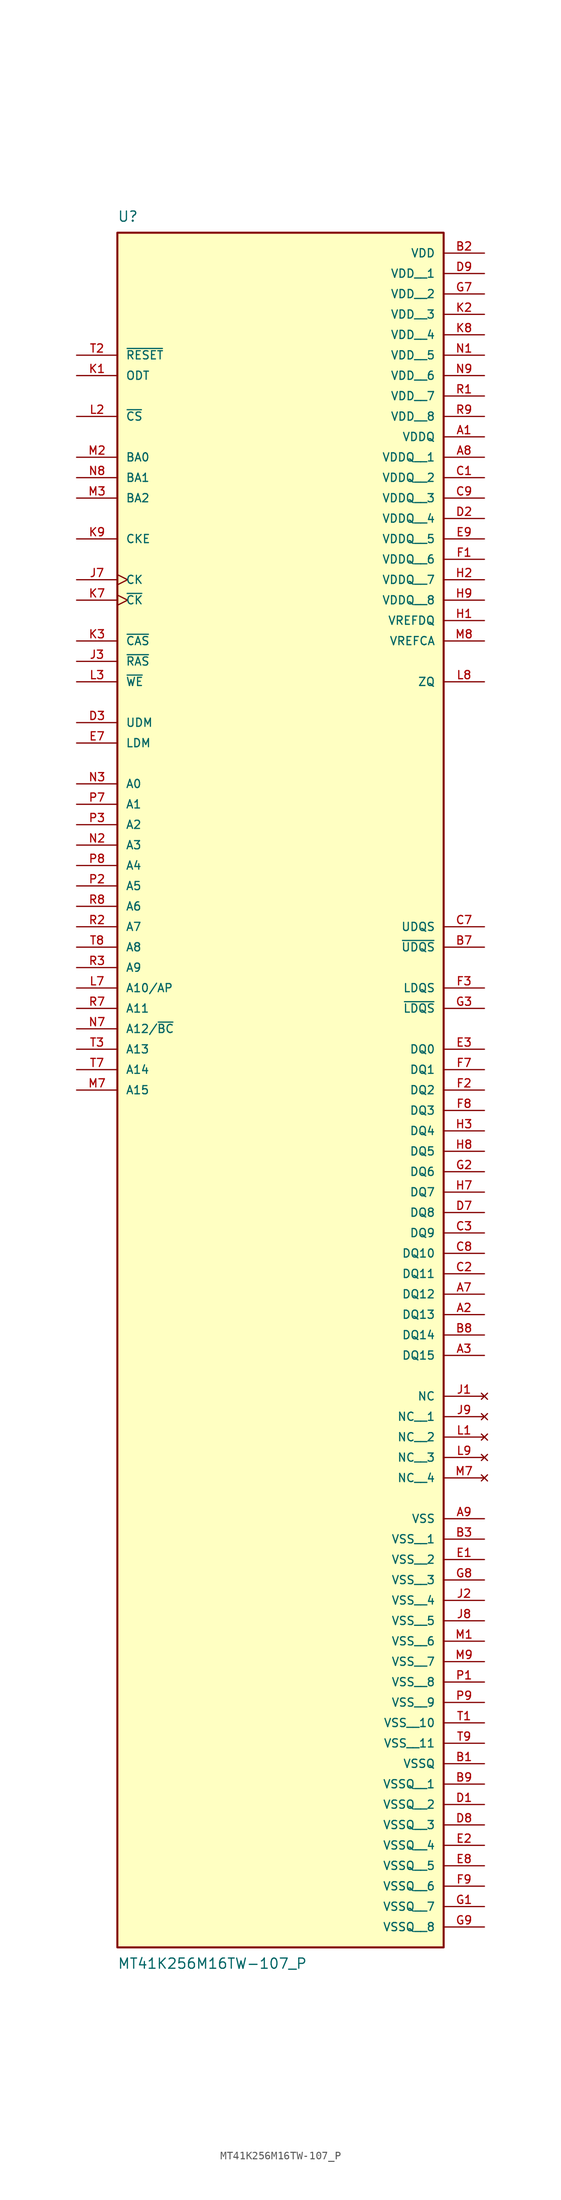
<source format=kicad_sym>
(kicad_symbol_lib
  (version 20241209)
  (generator "kicad_symbol_editor")
  (generator_version "9.0")
  (symbol "MT41K256M16TW-107_P"
    (pin_names
      (offset 1.016))
    (property "Reference" "U"
      (at -20.32 57.15 0)
      (effects (font (size 1.27 1.27)) (justify left bottom)))
    (property "Value" "MT41K256M16TW-107_P"
      (at -20.32 -158.75 0)
      (effects (font (size 1.27 1.27)) (justify left top)))
    (symbol "MT41K256M16TW-107_P_0_0"
      (rectangle (start -20.32 -157.48) (end 20.32 55.88) (stroke (width 0.254) (type default)) (fill (type background)))
      (pin input line (at -25.4 40.64 0) (length 5.08) (name "~{RESET}" (effects (font (size 1.016 1.016)))) (number "T2" (effects (font (size 1.016 1.016)))))
      (pin input line (at -25.4 38.1 0) (length 5.08) (name "ODT" (effects (font (size 1.016 1.016)))) (number "K1" (effects (font (size 1.016 1.016)))))
      (pin input line (at -25.4 33.02 0) (length 5.08) (name "~{CS}" (effects (font (size 1.016 1.016)))) (number "L2" (effects (font (size 1.016 1.016)))))
      (pin input line (at -25.4 27.94 0) (length 5.08) (name "BA0" (effects (font (size 1.016 1.016)))) (number "M2" (effects (font (size 1.016 1.016)))))
      (pin input line (at -25.4 25.4 0) (length 5.08) (name "BA1" (effects (font (size 1.016 1.016)))) (number "N8" (effects (font (size 1.016 1.016)))))
      (pin input line (at -25.4 22.86 0) (length 5.08) (name "BA2" (effects (font (size 1.016 1.016)))) (number "M3" (effects (font (size 1.016 1.016)))))
      (pin input line (at -25.4 17.78 0) (length 5.08) (name "CKE" (effects (font (size 1.016 1.016)))) (number "K9" (effects (font (size 1.016 1.016)))))
      (pin input clock (at -25.4 12.7 0) (length 5.08) (name "CK" (effects (font (size 1.016 1.016)))) (number "J7" (effects (font (size 1.016 1.016)))))
      (pin input clock (at -25.4 10.16 0) (length 5.08) (name "~{CK}" (effects (font (size 1.016 1.016)))) (number "K7" (effects (font (size 1.016 1.016)))))
      (pin input line (at -25.4 5.08 0) (length 5.08) (name "~{CAS}" (effects (font (size 1.016 1.016)))) (number "K3" (effects (font (size 1.016 1.016)))))
      (pin input line (at -25.4 2.54 0) (length 5.08) (name "~{RAS}" (effects (font (size 1.016 1.016)))) (number "J3" (effects (font (size 1.016 1.016)))))
      (pin input line (at -25.4 0 0) (length 5.08) (name "~{WE}" (effects (font (size 1.016 1.016)))) (number "L3" (effects (font (size 1.016 1.016)))))
      (pin input line (at -25.4 -5.08 0) (length 5.08) (name "UDM" (effects (font (size 1.016 1.016)))) (number "D3" (effects (font (size 1.016 1.016)))))
      (pin input line (at -25.4 -7.62 0) (length 5.08) (name "LDM" (effects (font (size 1.016 1.016)))) (number "E7" (effects (font (size 1.016 1.016)))))
      (pin input line (at -25.4 -12.7 0) (length 5.08) (name "A0" (effects (font (size 1.016 1.016)))) (number "N3" (effects (font (size 1.016 1.016)))))
      (pin input line (at -25.4 -15.24 0) (length 5.08) (name "A1" (effects (font (size 1.016 1.016)))) (number "P7" (effects (font (size 1.016 1.016)))))
      (pin input line (at -25.4 -17.78 0) (length 5.08) (name "A2" (effects (font (size 1.016 1.016)))) (number "P3" (effects (font (size 1.016 1.016)))))
      (pin input line (at -25.4 -20.32 0) (length 5.08) (name "A3" (effects (font (size 1.016 1.016)))) (number "N2" (effects (font (size 1.016 1.016)))))
      (pin input line (at -25.4 -22.86 0) (length 5.08) (name "A4" (effects (font (size 1.016 1.016)))) (number "P8" (effects (font (size 1.016 1.016)))))
      (pin input line (at -25.4 -25.4 0) (length 5.08) (name "A5" (effects (font (size 1.016 1.016)))) (number "P2" (effects (font (size 1.016 1.016)))))
      (pin input line (at -25.4 -27.94 0) (length 5.08) (name "A6" (effects (font (size 1.016 1.016)))) (number "R8" (effects (font (size 1.016 1.016)))))
      (pin input line (at -25.4 -30.48 0) (length 5.08) (name "A7" (effects (font (size 1.016 1.016)))) (number "R2" (effects (font (size 1.016 1.016)))))
      (pin input line (at -25.4 -33.02 0) (length 5.08) (name "A8" (effects (font (size 1.016 1.016)))) (number "T8" (effects (font (size 1.016 1.016)))))
      (pin input line (at -25.4 -35.56 0) (length 5.08) (name "A9" (effects (font (size 1.016 1.016)))) (number "R3" (effects (font (size 1.016 1.016)))))
      (pin input line (at -25.4 -38.1 0) (length 5.08) (name "A10/AP" (effects (font (size 1.016 1.016)))) (number "L7" (effects (font (size 1.016 1.016)))))
      (pin input line (at -25.4 -40.64 0) (length 5.08) (name "A11" (effects (font (size 1.016 1.016)))) (number "R7" (effects (font (size 1.016 1.016)))))
      (pin input line (at -25.4 -43.18 0) (length 5.08) (name "A12/~{BC}" (effects (font (size 1.016 1.016)))) (number "N7" (effects (font (size 1.016 1.016)))))
      (pin input line (at -25.4 -45.72 0) (length 5.08) (name "A13" (effects (font (size 1.016 1.016)))) (number "T3" (effects (font (size 1.016 1.016)))))
      (pin input line (at -25.4 -48.26 0) (length 5.08) (name "A14" (effects (font (size 1.016 1.016)))) (number "T7" (effects (font (size 1.016 1.016)))))
      (pin power_in line (at 25.4 53.34 180) (length 5.08) (name "VDD" (effects (font (size 1.016 1.016)))) (number "B2" (effects (font (size 1.016 1.016)))))
      (pin power_in line (at 25.4 50.8 180) (length 5.08) (name "VDD__1" (effects (font (size 1.016 1.016)))) (number "D9" (effects (font (size 1.016 1.016)))))
      (pin power_in line (at 25.4 48.26 180) (length 5.08) (name "VDD__2" (effects (font (size 1.016 1.016)))) (number "G7" (effects (font (size 1.016 1.016)))))
      (pin power_in line (at 25.4 45.72 180) (length 5.08) (name "VDD__3" (effects (font (size 1.016 1.016)))) (number "K2" (effects (font (size 1.016 1.016)))))
      (pin power_in line (at 25.4 43.18 180) (length 5.08) (name "VDD__4" (effects (font (size 1.016 1.016)))) (number "K8" (effects (font (size 1.016 1.016)))))
      (pin power_in line (at 25.4 40.64 180) (length 5.08) (name "VDD__5" (effects (font (size 1.016 1.016)))) (number "N1" (effects (font (size 1.016 1.016)))))
      (pin power_in line (at 25.4 38.1 180) (length 5.08) (name "VDD__6" (effects (font (size 1.016 1.016)))) (number "N9" (effects (font (size 1.016 1.016)))))
      (pin power_in line (at 25.4 35.56 180) (length 5.08) (name "VDD__7" (effects (font (size 1.016 1.016)))) (number "R1" (effects (font (size 1.016 1.016)))))
      (pin power_in line (at 25.4 33.02 180) (length 5.08) (name "VDD__8" (effects (font (size 1.016 1.016)))) (number "R9" (effects (font (size 1.016 1.016)))))
      (pin power_in line (at 25.4 30.48 180) (length 5.08) (name "VDDQ" (effects (font (size 1.016 1.016)))) (number "A1" (effects (font (size 1.016 1.016)))))
      (pin power_in line (at 25.4 27.94 180) (length 5.08) (name "VDDQ__1" (effects (font (size 1.016 1.016)))) (number "A8" (effects (font (size 1.016 1.016)))))
      (pin power_in line (at 25.4 25.4 180) (length 5.08) (name "VDDQ__2" (effects (font (size 1.016 1.016)))) (number "C1" (effects (font (size 1.016 1.016)))))
      (pin power_in line (at 25.4 22.86 180) (length 5.08) (name "VDDQ__3" (effects (font (size 1.016 1.016)))) (number "C9" (effects (font (size 1.016 1.016)))))
      (pin power_in line (at 25.4 20.32 180) (length 5.08) (name "VDDQ__4" (effects (font (size 1.016 1.016)))) (number "D2" (effects (font (size 1.016 1.016)))))
      (pin power_in line (at 25.4 17.78 180) (length 5.08) (name "VDDQ__5" (effects (font (size 1.016 1.016)))) (number "E9" (effects (font (size 1.016 1.016)))))
      (pin power_in line (at 25.4 15.24 180) (length 5.08) (name "VDDQ__6" (effects (font (size 1.016 1.016)))) (number "F1" (effects (font (size 1.016 1.016)))))
      (pin power_in line (at 25.4 12.7 180) (length 5.08) (name "VDDQ__7" (effects (font (size 1.016 1.016)))) (number "H2" (effects (font (size 1.016 1.016)))))
      (pin power_in line (at 25.4 10.16 180) (length 5.08) (name "VDDQ__8" (effects (font (size 1.016 1.016)))) (number "H9" (effects (font (size 1.016 1.016)))))
      (pin power_in line (at 25.4 7.62 180) (length 5.08) (name "VREFDQ" (effects (font (size 1.016 1.016)))) (number "H1" (effects (font (size 1.016 1.016)))))
      (pin power_in line (at 25.4 5.08 180) (length 5.08) (name "VREFCA" (effects (font (size 1.016 1.016)))) (number "M8" (effects (font (size 1.016 1.016)))))
      (pin output line (at 25.4 0 180) (length 5.08) (name "ZQ" (effects (font (size 1.016 1.016)))) (number "L8" (effects (font (size 1.016 1.016)))))
      (pin bidirectional line (at 25.4 -30.48 180) (length 5.08) (name "UDQS" (effects (font (size 1.016 1.016)))) (number "C7" (effects (font (size 1.016 1.016)))))
      (pin bidirectional line (at 25.4 -33.02 180) (length 5.08) (name "~{UDQS}" (effects (font (size 1.016 1.016)))) (number "B7" (effects (font (size 1.016 1.016)))))
      (pin bidirectional line (at 25.4 -38.1 180) (length 5.08) (name "LDQS" (effects (font (size 1.016 1.016)))) (number "F3" (effects (font (size 1.016 1.016)))))
      (pin bidirectional line (at 25.4 -40.64 180) (length 5.08) (name "~{LDQS}" (effects (font (size 1.016 1.016)))) (number "G3" (effects (font (size 1.016 1.016)))))
      (pin bidirectional line (at 25.4 -45.72 180) (length 5.08) (name "DQ0" (effects (font (size 1.016 1.016)))) (number "E3" (effects (font (size 1.016 1.016)))))
      (pin bidirectional line (at 25.4 -48.26 180) (length 5.08) (name "DQ1" (effects (font (size 1.016 1.016)))) (number "F7" (effects (font (size 1.016 1.016)))))
      (pin bidirectional line (at 25.4 -50.8 180) (length 5.08) (name "DQ2" (effects (font (size 1.016 1.016)))) (number "F2" (effects (font (size 1.016 1.016)))))
      (pin bidirectional line (at 25.4 -53.34 180) (length 5.08) (name "DQ3" (effects (font (size 1.016 1.016)))) (number "F8" (effects (font (size 1.016 1.016)))))
      (pin bidirectional line (at 25.4 -55.88 180) (length 5.08) (name "DQ4" (effects (font (size 1.016 1.016)))) (number "H3" (effects (font (size 1.016 1.016)))))
      (pin bidirectional line (at 25.4 -58.42 180) (length 5.08) (name "DQ5" (effects (font (size 1.016 1.016)))) (number "H8" (effects (font (size 1.016 1.016)))))
      (pin bidirectional line (at 25.4 -60.96 180) (length 5.08) (name "DQ6" (effects (font (size 1.016 1.016)))) (number "G2" (effects (font (size 1.016 1.016)))))
      (pin bidirectional line (at 25.4 -63.5 180) (length 5.08) (name "DQ7" (effects (font (size 1.016 1.016)))) (number "H7" (effects (font (size 1.016 1.016)))))
      (pin bidirectional line (at 25.4 -66.04 180) (length 5.08) (name "DQ8" (effects (font (size 1.016 1.016)))) (number "D7" (effects (font (size 1.016 1.016)))))
      (pin bidirectional line (at 25.4 -68.58 180) (length 5.08) (name "DQ9" (effects (font (size 1.016 1.016)))) (number "C3" (effects (font (size 1.016 1.016)))))
      (pin bidirectional line (at 25.4 -71.12 180) (length 5.08) (name "DQ10" (effects (font (size 1.016 1.016)))) (number "C8" (effects (font (size 1.016 1.016)))))
      (pin bidirectional line (at 25.4 -73.66 180) (length 5.08) (name "DQ11" (effects (font (size 1.016 1.016)))) (number "C2" (effects (font (size 1.016 1.016)))))
      (pin bidirectional line (at 25.4 -76.2 180) (length 5.08) (name "DQ12" (effects (font (size 1.016 1.016)))) (number "A7" (effects (font (size 1.016 1.016)))))
      (pin bidirectional line (at 25.4 -78.74 180) (length 5.08) (name "DQ13" (effects (font (size 1.016 1.016)))) (number "A2" (effects (font (size 1.016 1.016)))))
      (pin bidirectional line (at 25.4 -81.28 180) (length 5.08) (name "DQ14" (effects (font (size 1.016 1.016)))) (number "B8" (effects (font (size 1.016 1.016)))))
      (pin bidirectional line (at 25.4 -83.82 180) (length 5.08) (name "DQ15" (effects (font (size 1.016 1.016)))) (number "A3" (effects (font (size 1.016 1.016)))))
      (pin no_connect line (at 25.4 -88.9 180) (length 5.08) (name "NC" (effects (font (size 1.016 1.016)))) (number "J1" (effects (font (size 1.016 1.016)))))
      (pin no_connect line (at 25.4 -91.44 180) (length 5.08) (name "NC__1" (effects (font (size 1.016 1.016)))) (number "J9" (effects (font (size 1.016 1.016)))))
      (pin no_connect line (at 25.4 -93.98 180) (length 5.08) (name "NC__2" (effects (font (size 1.016 1.016)))) (number "L1" (effects (font (size 1.016 1.016)))))
      (pin no_connect line (at 25.4 -96.52 180) (length 5.08) (name "NC__3" (effects (font (size 1.016 1.016)))) (number "L9" (effects (font (size 1.016 1.016)))))
      (pin no_connect line (at 25.4 -99.06 180) (length 5.08) (name "NC__4" (effects (font (size 1.016 1.016)))) (number "M7" (effects (font (size 1.016 1.016)))))
      (pin power_in line (at 25.4 -104.14 180) (length 5.08) (name "VSS" (effects (font (size 1.016 1.016)))) (number "A9" (effects (font (size 1.016 1.016)))))
      (pin power_in line (at 25.4 -106.68 180) (length 5.08) (name "VSS__1" (effects (font (size 1.016 1.016)))) (number "B3" (effects (font (size 1.016 1.016)))))
      (pin power_in line (at 25.4 -109.22 180) (length 5.08) (name "VSS__2" (effects (font (size 1.016 1.016)))) (number "E1" (effects (font (size 1.016 1.016)))))
      (pin power_in line (at 25.4 -111.76 180) (length 5.08) (name "VSS__3" (effects (font (size 1.016 1.016)))) (number "G8" (effects (font (size 1.016 1.016)))))
      (pin power_in line (at 25.4 -114.3 180) (length 5.08) (name "VSS__4" (effects (font (size 1.016 1.016)))) (number "J2" (effects (font (size 1.016 1.016)))))
      (pin power_in line (at 25.4 -116.84 180) (length 5.08) (name "VSS__5" (effects (font (size 1.016 1.016)))) (number "J8" (effects (font (size 1.016 1.016)))))
      (pin power_in line (at 25.4 -119.38 180) (length 5.08) (name "VSS__6" (effects (font (size 1.016 1.016)))) (number "M1" (effects (font (size 1.016 1.016)))))
      (pin power_in line (at 25.4 -121.92 180) (length 5.08) (name "VSS__7" (effects (font (size 1.016 1.016)))) (number "M9" (effects (font (size 1.016 1.016)))))
      (pin power_in line (at 25.4 -124.46 180) (length 5.08) (name "VSS__8" (effects (font (size 1.016 1.016)))) (number "P1" (effects (font (size 1.016 1.016)))))
      (pin power_in line (at 25.4 -127 180) (length 5.08) (name "VSS__9" (effects (font (size 1.016 1.016)))) (number "P9" (effects (font (size 1.016 1.016)))))
      (pin power_in line (at 25.4 -129.54 180) (length 5.08) (name "VSS__10" (effects (font (size 1.016 1.016)))) (number "T1" (effects (font (size 1.016 1.016)))))
      (pin power_in line (at 25.4 -132.08 180) (length 5.08) (name "VSS__11" (effects (font (size 1.016 1.016)))) (number "T9" (effects (font (size 1.016 1.016)))))
      (pin power_in line (at 25.4 -134.62 180) (length 5.08) (name "VSSQ" (effects (font (size 1.016 1.016)))) (number "B1" (effects (font (size 1.016 1.016)))))
      (pin power_in line (at 25.4 -137.16 180) (length 5.08) (name "VSSQ__1" (effects (font (size 1.016 1.016)))) (number "B9" (effects (font (size 1.016 1.016)))))
      (pin power_in line (at 25.4 -139.7 180) (length 5.08) (name "VSSQ__2" (effects (font (size 1.016 1.016)))) (number "D1" (effects (font (size 1.016 1.016)))))
      (pin power_in line (at 25.4 -142.24 180) (length 5.08) (name "VSSQ__3" (effects (font (size 1.016 1.016)))) (number "D8" (effects (font (size 1.016 1.016)))))
      (pin power_in line (at 25.4 -144.78 180) (length 5.08) (name "VSSQ__4" (effects (font (size 1.016 1.016)))) (number "E2" (effects (font (size 1.016 1.016)))))
      (pin power_in line (at 25.4 -147.32 180) (length 5.08) (name "VSSQ__5" (effects (font (size 1.016 1.016)))) (number "E8" (effects (font (size 1.016 1.016)))))
      (pin power_in line (at 25.4 -149.86 180) (length 5.08) (name "VSSQ__6" (effects (font (size 1.016 1.016)))) (number "F9" (effects (font (size 1.016 1.016)))))
      (pin power_in line (at 25.4 -152.4 180) (length 5.08) (name "VSSQ__7" (effects (font (size 1.016 1.016)))) (number "G1" (effects (font (size 1.016 1.016)))))
      (pin power_in line (at 25.4 -154.94 180) (length 5.08) (name "VSSQ__8" (effects (font (size 1.016 1.016)))) (number "G9" (effects (font (size 1.016 1.016))))))
    (symbol "MT41K256M16TW-107_P_1_0"
      (pin input line (at -25.4 -50.8 0) (length 5.08) (name "A15" (effects (font (size 1.016 1.016)))) (number "M7" (effects (font (size 1.016 1.016))))))))
</source>
